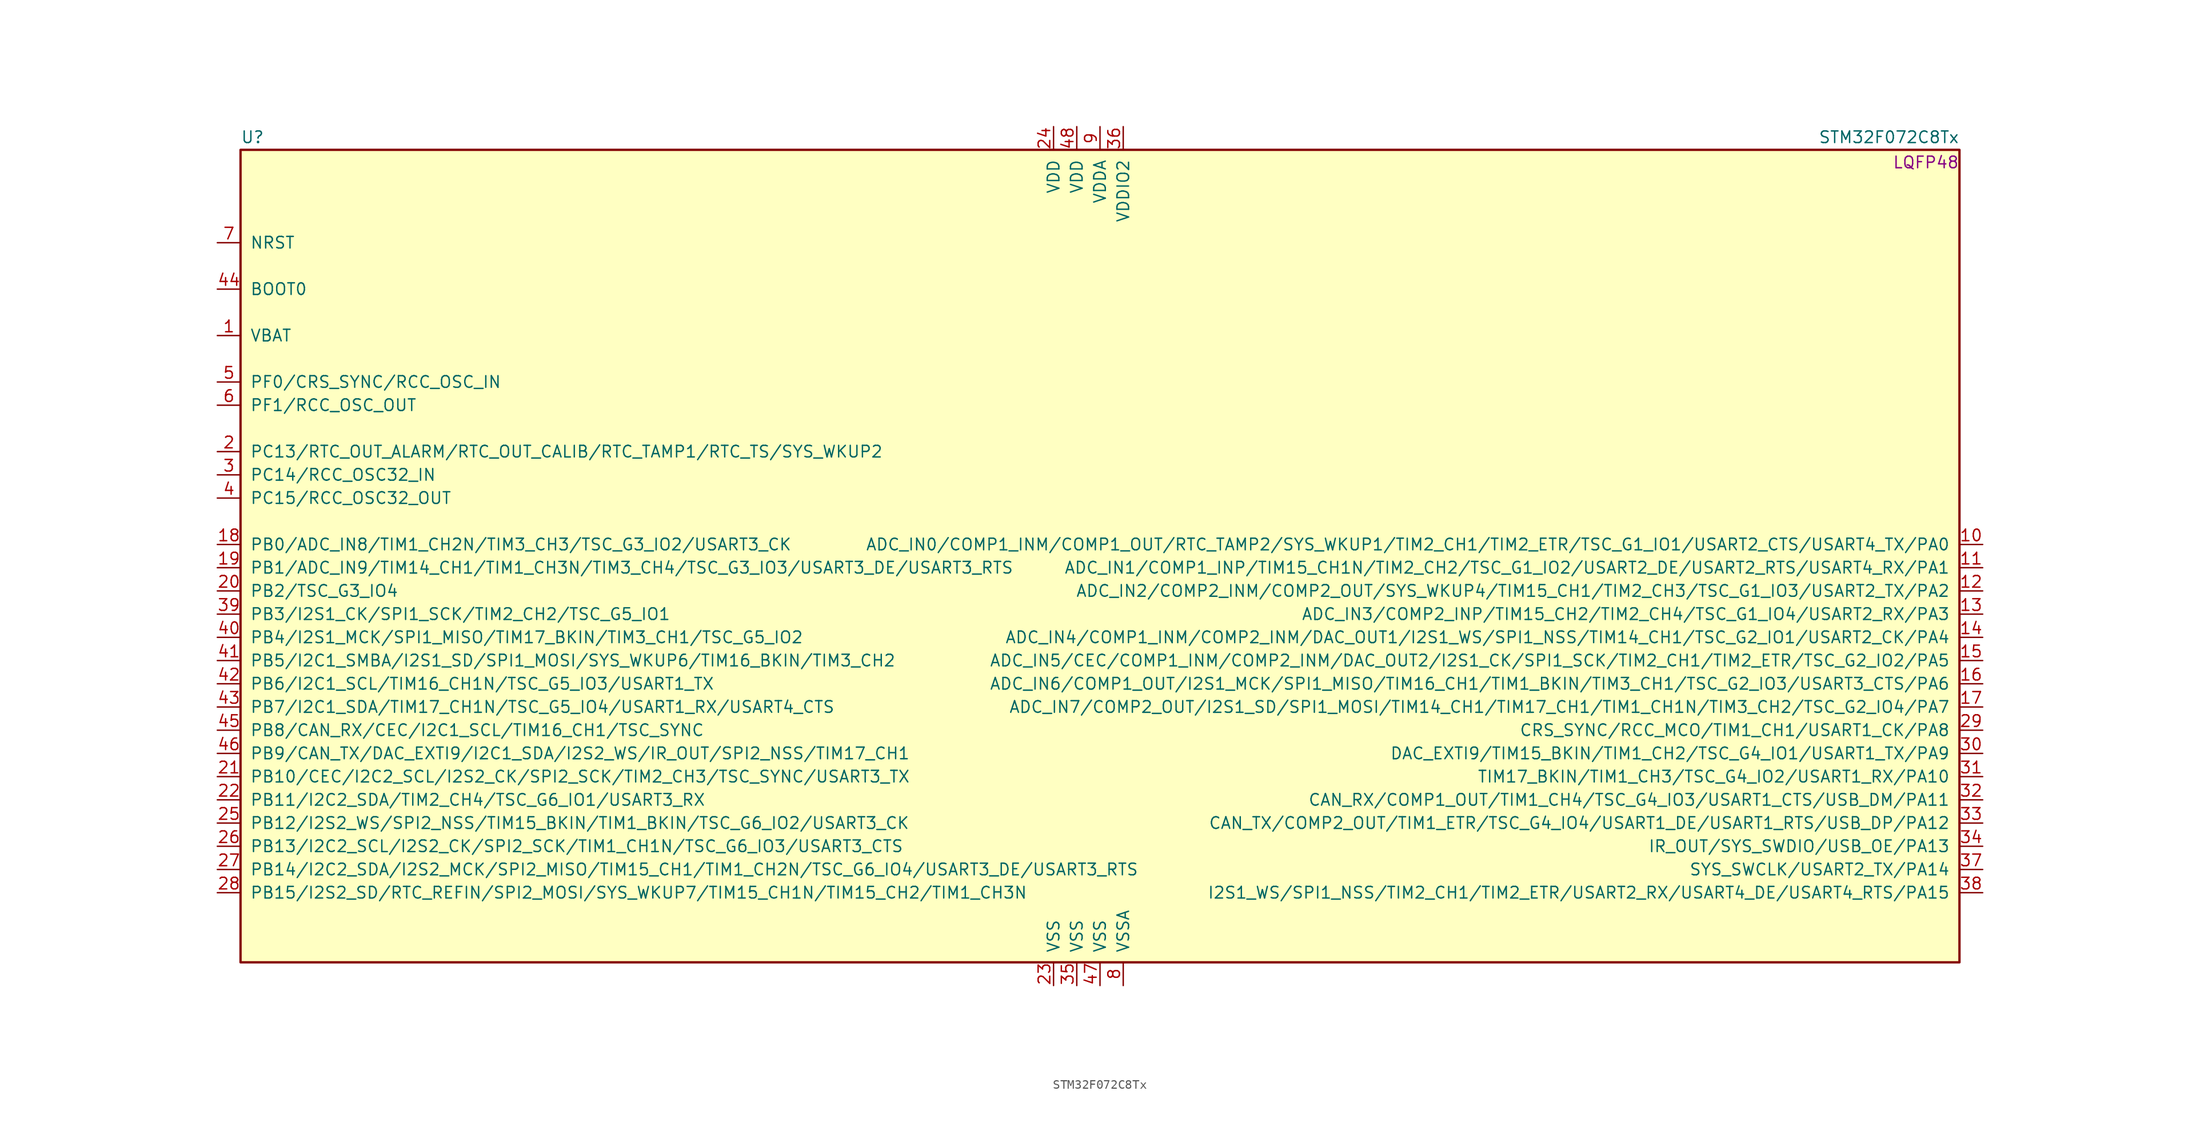
<source format=kicad_sym>
(kicad_symbol_lib
  (version 20211014)
  (generator kicad_symbol_editor)
  (symbol "STM32F072C8Tx"
    (pin_names
      (offset 1.016))
    (property "Reference" "U"
      (at -93.98 46.355 0)
      (effects (font (size 1.27 1.27)) (justify left bottom)))
    (property "Value" "STM32F072C8Tx"
      (at 93.98 46.355 0)
      (effects (font (size 1.27 1.27)) (justify right bottom)))
    (property "Footprint" "LQFP48"
      (at 93.98 45.085 0)
      (effects (font (size 1.27 1.27)) (justify right top)))
    (property "Datasheet" ""
      (at 0 0 0)
      (effects (font (size 1.27 1.27))))
    (property "ki_locked" ""
      (at 0 0 0)
      (effects (font (size 1.27 1.27))))
    (symbol "STM32F072C8Tx_0_1"
      (rectangle (start -93.98 -43.18) (end 93.98 45.72) (stroke (width 0.254) (type default) (color 0 0 0 0)) (fill (type background))))
    (symbol "STM32F072C8Tx_1_1"
      (pin power_in line (at -96.52 25.4 0) (length 2.54) (name "VBAT" (effects (font (size 1.27 1.27)))) (number "1" (effects (font (size 1.27 1.27)))))
      (pin bidirectional line (at 96.52 2.54 180) (length 2.54) (name "ADC_IN0/COMP1_INM/COMP1_OUT/RTC_TAMP2/SYS_WKUP1/TIM2_CH1/TIM2_ETR/TSC_G1_IO1/USART2_CTS/USART4_TX/PA0" (effects (font (size 1.27 1.27)))) (number "10" (effects (font (size 1.27 1.27)))))
      (pin bidirectional line (at 96.52 0 180) (length 2.54) (name "ADC_IN1/COMP1_INP/TIM15_CH1N/TIM2_CH2/TSC_G1_IO2/USART2_DE/USART2_RTS/USART4_RX/PA1" (effects (font (size 1.27 1.27)))) (number "11" (effects (font (size 1.27 1.27)))))
      (pin bidirectional line (at 96.52 -2.54 180) (length 2.54) (name "ADC_IN2/COMP2_INM/COMP2_OUT/SYS_WKUP4/TIM15_CH1/TIM2_CH3/TSC_G1_IO3/USART2_TX/PA2" (effects (font (size 1.27 1.27)))) (number "12" (effects (font (size 1.27 1.27)))))
      (pin bidirectional line (at 96.52 -5.08 180) (length 2.54) (name "ADC_IN3/COMP2_INP/TIM15_CH2/TIM2_CH4/TSC_G1_IO4/USART2_RX/PA3" (effects (font (size 1.27 1.27)))) (number "13" (effects (font (size 1.27 1.27)))))
      (pin bidirectional line (at 96.52 -7.62 180) (length 2.54) (name "ADC_IN4/COMP1_INM/COMP2_INM/DAC_OUT1/I2S1_WS/SPI1_NSS/TIM14_CH1/TSC_G2_IO1/USART2_CK/PA4" (effects (font (size 1.27 1.27)))) (number "14" (effects (font (size 1.27 1.27)))))
      (pin bidirectional line (at 96.52 -10.16 180) (length 2.54) (name "ADC_IN5/CEC/COMP1_INM/COMP2_INM/DAC_OUT2/I2S1_CK/SPI1_SCK/TIM2_CH1/TIM2_ETR/TSC_G2_IO2/PA5" (effects (font (size 1.27 1.27)))) (number "15" (effects (font (size 1.27 1.27)))))
      (pin bidirectional line (at 96.52 -12.7 180) (length 2.54) (name "ADC_IN6/COMP1_OUT/I2S1_MCK/SPI1_MISO/TIM16_CH1/TIM1_BKIN/TIM3_CH1/TSC_G2_IO3/USART3_CTS/PA6" (effects (font (size 1.27 1.27)))) (number "16" (effects (font (size 1.27 1.27)))))
      (pin bidirectional line (at 96.52 -15.24 180) (length 2.54) (name "ADC_IN7/COMP2_OUT/I2S1_SD/SPI1_MOSI/TIM14_CH1/TIM17_CH1/TIM1_CH1N/TIM3_CH2/TSC_G2_IO4/PA7" (effects (font (size 1.27 1.27)))) (number "17" (effects (font (size 1.27 1.27)))))
      (pin bidirectional line (at -96.52 2.54 0) (length 2.54) (name "PB0/ADC_IN8/TIM1_CH2N/TIM3_CH3/TSC_G3_IO2/USART3_CK" (effects (font (size 1.27 1.27)))) (number "18" (effects (font (size 1.27 1.27)))))
      (pin bidirectional line (at -96.52 0 0) (length 2.54) (name "PB1/ADC_IN9/TIM14_CH1/TIM1_CH3N/TIM3_CH4/TSC_G3_IO3/USART3_DE/USART3_RTS" (effects (font (size 1.27 1.27)))) (number "19" (effects (font (size 1.27 1.27)))))
      (pin bidirectional line (at -96.52 12.7 0) (length 2.54) (name "PC13/RTC_OUT_ALARM/RTC_OUT_CALIB/RTC_TAMP1/RTC_TS/SYS_WKUP2" (effects (font (size 1.27 1.27)))) (number "2" (effects (font (size 1.27 1.27)))))
      (pin bidirectional line (at -96.52 -2.54 0) (length 2.54) (name "PB2/TSC_G3_IO4" (effects (font (size 1.27 1.27)))) (number "20" (effects (font (size 1.27 1.27)))))
      (pin bidirectional line (at -96.52 -22.86 0) (length 2.54) (name "PB10/CEC/I2C2_SCL/I2S2_CK/SPI2_SCK/TIM2_CH3/TSC_SYNC/USART3_TX" (effects (font (size 1.27 1.27)))) (number "21" (effects (font (size 1.27 1.27)))))
      (pin bidirectional line (at -96.52 -25.4 0) (length 2.54) (name "PB11/I2C2_SDA/TIM2_CH4/TSC_G6_IO1/USART3_RX" (effects (font (size 1.27 1.27)))) (number "22" (effects (font (size 1.27 1.27)))))
      (pin power_in line (at -5.08 -45.72 90) (length 2.54) (name "VSS" (effects (font (size 1.27 1.27)))) (number "23" (effects (font (size 1.27 1.27)))))
      (pin power_in line (at -5.08 48.26 270) (length 2.54) (name "VDD" (effects (font (size 1.27 1.27)))) (number "24" (effects (font (size 1.27 1.27)))))
      (pin bidirectional line (at -96.52 -27.94 0) (length 2.54) (name "PB12/I2S2_WS/SPI2_NSS/TIM15_BKIN/TIM1_BKIN/TSC_G6_IO2/USART3_CK" (effects (font (size 1.27 1.27)))) (number "25" (effects (font (size 1.27 1.27)))))
      (pin bidirectional line (at -96.52 -30.48 0) (length 2.54) (name "PB13/I2C2_SCL/I2S2_CK/SPI2_SCK/TIM1_CH1N/TSC_G6_IO3/USART3_CTS" (effects (font (size 1.27 1.27)))) (number "26" (effects (font (size 1.27 1.27)))))
      (pin bidirectional line (at -96.52 -33.02 0) (length 2.54) (name "PB14/I2C2_SDA/I2S2_MCK/SPI2_MISO/TIM15_CH1/TIM1_CH2N/TSC_G6_IO4/USART3_DE/USART3_RTS" (effects (font (size 1.27 1.27)))) (number "27" (effects (font (size 1.27 1.27)))))
      (pin bidirectional line (at -96.52 -35.56 0) (length 2.54) (name "PB15/I2S2_SD/RTC_REFIN/SPI2_MOSI/SYS_WKUP7/TIM15_CH1N/TIM15_CH2/TIM1_CH3N" (effects (font (size 1.27 1.27)))) (number "28" (effects (font (size 1.27 1.27)))))
      (pin bidirectional line (at 96.52 -17.78 180) (length 2.54) (name "CRS_SYNC/RCC_MCO/TIM1_CH1/USART1_CK/PA8" (effects (font (size 1.27 1.27)))) (number "29" (effects (font (size 1.27 1.27)))))
      (pin bidirectional line (at -96.52 10.16 0) (length 2.54) (name "PC14/RCC_OSC32_IN" (effects (font (size 1.27 1.27)))) (number "3" (effects (font (size 1.27 1.27)))))
      (pin bidirectional line (at 96.52 -20.32 180) (length 2.54) (name "DAC_EXTI9/TIM15_BKIN/TIM1_CH2/TSC_G4_IO1/USART1_TX/PA9" (effects (font (size 1.27 1.27)))) (number "30" (effects (font (size 1.27 1.27)))))
      (pin bidirectional line (at 96.52 -22.86 180) (length 2.54) (name "TIM17_BKIN/TIM1_CH3/TSC_G4_IO2/USART1_RX/PA10" (effects (font (size 1.27 1.27)))) (number "31" (effects (font (size 1.27 1.27)))))
      (pin bidirectional line (at 96.52 -25.4 180) (length 2.54) (name "CAN_RX/COMP1_OUT/TIM1_CH4/TSC_G4_IO3/USART1_CTS/USB_DM/PA11" (effects (font (size 1.27 1.27)))) (number "32" (effects (font (size 1.27 1.27)))))
      (pin bidirectional line (at 96.52 -27.94 180) (length 2.54) (name "CAN_TX/COMP2_OUT/TIM1_ETR/TSC_G4_IO4/USART1_DE/USART1_RTS/USB_DP/PA12" (effects (font (size 1.27 1.27)))) (number "33" (effects (font (size 1.27 1.27)))))
      (pin bidirectional line (at 96.52 -30.48 180) (length 2.54) (name "IR_OUT/SYS_SWDIO/USB_OE/PA13" (effects (font (size 1.27 1.27)))) (number "34" (effects (font (size 1.27 1.27)))))
      (pin power_in line (at -2.54 -45.72 90) (length 2.54) (name "VSS" (effects (font (size 1.27 1.27)))) (number "35" (effects (font (size 1.27 1.27)))))
      (pin power_in line (at 2.54 48.26 270) (length 2.54) (name "VDDIO2" (effects (font (size 1.27 1.27)))) (number "36" (effects (font (size 1.27 1.27)))))
      (pin bidirectional line (at 96.52 -33.02 180) (length 2.54) (name "SYS_SWCLK/USART2_TX/PA14" (effects (font (size 1.27 1.27)))) (number "37" (effects (font (size 1.27 1.27)))))
      (pin bidirectional line (at 96.52 -35.56 180) (length 2.54) (name "I2S1_WS/SPI1_NSS/TIM2_CH1/TIM2_ETR/USART2_RX/USART4_DE/USART4_RTS/PA15" (effects (font (size 1.27 1.27)))) (number "38" (effects (font (size 1.27 1.27)))))
      (pin bidirectional line (at -96.52 -5.08 0) (length 2.54) (name "PB3/I2S1_CK/SPI1_SCK/TIM2_CH2/TSC_G5_IO1" (effects (font (size 1.27 1.27)))) (number "39" (effects (font (size 1.27 1.27)))))
      (pin bidirectional line (at -96.52 7.62 0) (length 2.54) (name "PC15/RCC_OSC32_OUT" (effects (font (size 1.27 1.27)))) (number "4" (effects (font (size 1.27 1.27)))))
      (pin bidirectional line (at -96.52 -7.62 0) (length 2.54) (name "PB4/I2S1_MCK/SPI1_MISO/TIM17_BKIN/TIM3_CH1/TSC_G5_IO2" (effects (font (size 1.27 1.27)))) (number "40" (effects (font (size 1.27 1.27)))))
      (pin bidirectional line (at -96.52 -10.16 0) (length 2.54) (name "PB5/I2C1_SMBA/I2S1_SD/SPI1_MOSI/SYS_WKUP6/TIM16_BKIN/TIM3_CH2" (effects (font (size 1.27 1.27)))) (number "41" (effects (font (size 1.27 1.27)))))
      (pin bidirectional line (at -96.52 -12.7 0) (length 2.54) (name "PB6/I2C1_SCL/TIM16_CH1N/TSC_G5_IO3/USART1_TX" (effects (font (size 1.27 1.27)))) (number "42" (effects (font (size 1.27 1.27)))))
      (pin bidirectional line (at -96.52 -15.24 0) (length 2.54) (name "PB7/I2C1_SDA/TIM17_CH1N/TSC_G5_IO4/USART1_RX/USART4_CTS" (effects (font (size 1.27 1.27)))) (number "43" (effects (font (size 1.27 1.27)))))
      (pin input line (at -96.52 30.48 0) (length 2.54) (name "BOOT0" (effects (font (size 1.27 1.27)))) (number "44" (effects (font (size 1.27 1.27)))))
      (pin bidirectional line (at -96.52 -17.78 0) (length 2.54) (name "PB8/CAN_RX/CEC/I2C1_SCL/TIM16_CH1/TSC_SYNC" (effects (font (size 1.27 1.27)))) (number "45" (effects (font (size 1.27 1.27)))))
      (pin bidirectional line (at -96.52 -20.32 0) (length 2.54) (name "PB9/CAN_TX/DAC_EXTI9/I2C1_SDA/I2S2_WS/IR_OUT/SPI2_NSS/TIM17_CH1" (effects (font (size 1.27 1.27)))) (number "46" (effects (font (size 1.27 1.27)))))
      (pin power_in line (at 0 -45.72 90) (length 2.54) (name "VSS" (effects (font (size 1.27 1.27)))) (number "47" (effects (font (size 1.27 1.27)))))
      (pin power_in line (at -2.54 48.26 270) (length 2.54) (name "VDD" (effects (font (size 1.27 1.27)))) (number "48" (effects (font (size 1.27 1.27)))))
      (pin input line (at -96.52 20.32 0) (length 2.54) (name "PF0/CRS_SYNC/RCC_OSC_IN" (effects (font (size 1.27 1.27)))) (number "5" (effects (font (size 1.27 1.27)))))
      (pin input line (at -96.52 17.78 0) (length 2.54) (name "PF1/RCC_OSC_OUT" (effects (font (size 1.27 1.27)))) (number "6" (effects (font (size 1.27 1.27)))))
      (pin input line (at -96.52 35.56 0) (length 2.54) (name "NRST" (effects (font (size 1.27 1.27)))) (number "7" (effects (font (size 1.27 1.27)))))
      (pin power_in line (at 2.54 -45.72 90) (length 2.54) (name "VSSA" (effects (font (size 1.27 1.27)))) (number "8" (effects (font (size 1.27 1.27)))))
      (pin power_in line (at 0 48.26 270) (length 2.54) (name "VDDA" (effects (font (size 1.27 1.27)))) (number "9" (effects (font (size 1.27 1.27))))))))
</source>
